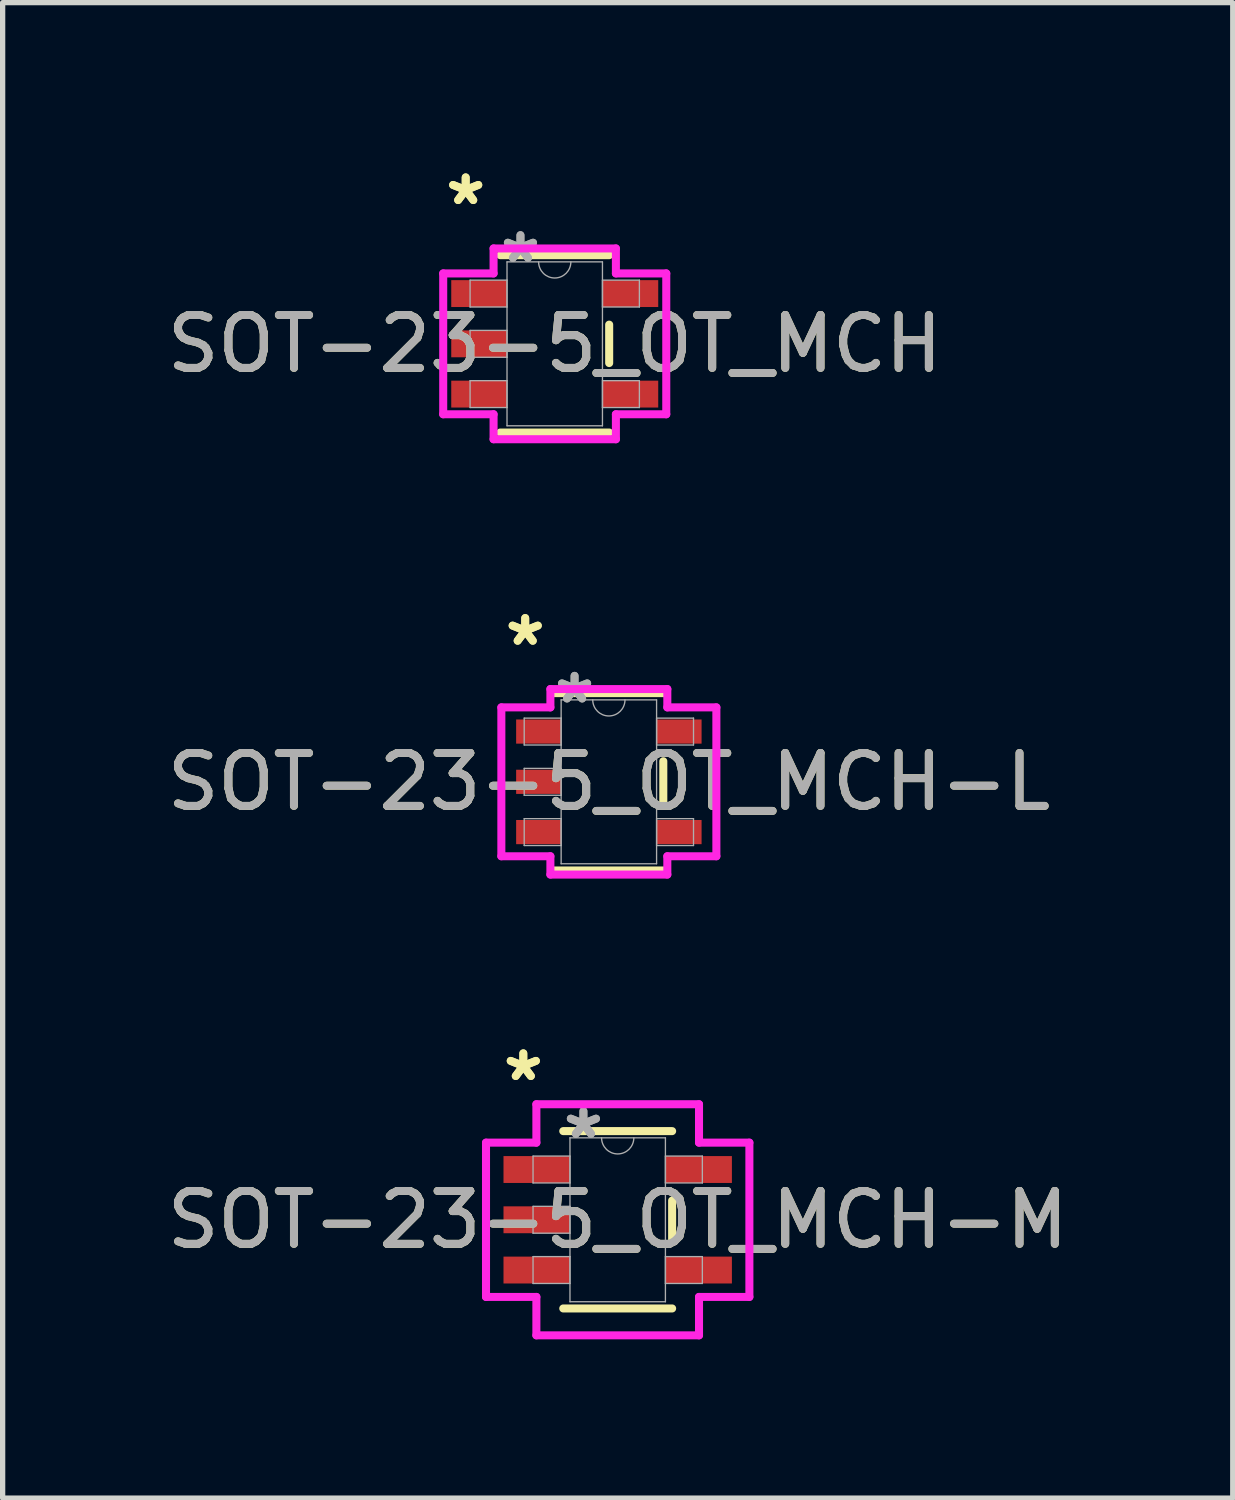
<source format=kicad_pcb>
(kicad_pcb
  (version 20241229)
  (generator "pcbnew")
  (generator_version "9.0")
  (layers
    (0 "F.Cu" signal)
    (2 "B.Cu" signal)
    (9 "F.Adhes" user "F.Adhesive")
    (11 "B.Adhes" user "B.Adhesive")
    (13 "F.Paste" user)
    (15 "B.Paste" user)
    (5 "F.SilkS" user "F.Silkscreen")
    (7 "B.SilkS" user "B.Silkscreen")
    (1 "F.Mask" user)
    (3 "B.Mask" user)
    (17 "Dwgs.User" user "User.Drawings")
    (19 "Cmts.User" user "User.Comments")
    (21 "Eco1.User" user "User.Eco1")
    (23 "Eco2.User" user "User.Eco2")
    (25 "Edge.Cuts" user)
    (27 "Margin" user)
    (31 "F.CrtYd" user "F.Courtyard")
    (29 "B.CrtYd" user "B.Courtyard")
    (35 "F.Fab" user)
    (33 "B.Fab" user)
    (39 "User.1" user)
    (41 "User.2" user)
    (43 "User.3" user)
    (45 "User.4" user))
  (footprint "SOT-23-5_OT_MCH-M"
    (layer "F.Cu")
    (at 8.625 20.005)
    (property "Reference" "SOT-23-5_OT_MCH-M" (at 0 0 0) (unlocked yes) (layer "F.SilkS") (effects (font (size 1 1) (thickness 0.15))))
    (attr smd)
    (fp_line (start -1.029 1.676) (end 1.029 1.676) (stroke (width 0.152) (type solid)) (layer "F.SilkS"))
    (fp_line (start 1.029 -1.676) (end -1.029 -1.676) (stroke (width 0.152) (type solid)) (layer "F.SilkS"))
    (fp_line (start 1.029 0.363) (end 1.029 -0.363) (stroke (width 0.152) (type solid)) (layer "F.SilkS"))
    (fp_line (start -2.489 -1.458) (end -1.537 -1.458) (stroke (width 0.152) (type solid)) (layer "F.CrtYd"))
    (fp_line (start -2.489 1.458) (end -2.489 -1.458) (stroke (width 0.152) (type solid)) (layer "F.CrtYd"))
    (fp_line (start -1.537 -2.184) (end 1.537 -2.184) (stroke (width 0.152) (type solid)) (layer "F.CrtYd"))
    (fp_line (start -1.537 -1.458) (end -1.537 -2.184) (stroke (width 0.152) (type solid)) (layer "F.CrtYd"))
    (fp_line (start -1.537 1.458) (end -2.489 1.458) (stroke (width 0.152) (type solid)) (layer "F.CrtYd"))
    (fp_line (start -1.537 2.184) (end -1.537 1.458) (stroke (width 0.152) (type solid)) (layer "F.CrtYd"))
    (fp_line (start 1.537 -2.184) (end 1.537 -1.458) (stroke (width 0.152) (type solid)) (layer "F.CrtYd"))
    (fp_line (start 1.537 -1.458) (end 2.489 -1.458) (stroke (width 0.152) (type solid)) (layer "F.CrtYd"))
    (fp_line (start 1.537 1.458) (end 1.537 2.184) (stroke (width 0.152) (type solid)) (layer "F.CrtYd"))
    (fp_line (start 1.537 2.184) (end -1.537 2.184) (stroke (width 0.152) (type solid)) (layer "F.CrtYd"))
    (fp_line (start 2.489 -1.458) (end 2.489 1.458) (stroke (width 0.152) (type solid)) (layer "F.CrtYd"))
    (fp_line (start 2.489 1.458) (end 1.537 1.458) (stroke (width 0.152) (type solid)) (layer "F.CrtYd"))
    (fp_line (start -1.6 -1.204) (end -1.6 -0.696) (stroke (width 0.025) (type solid)) (layer "F.Fab"))
    (fp_line (start -1.6 -0.696) (end -0.902 -0.696) (stroke (width 0.025) (type solid)) (layer "F.Fab"))
    (fp_line (start -1.6 -0.254) (end -1.6 0.254) (stroke (width 0.025) (type solid)) (layer "F.Fab"))
    (fp_line (start -1.6 0.254) (end -0.902 0.254) (stroke (width 0.025) (type solid)) (layer "F.Fab"))
    (fp_line (start -1.6 0.696) (end -1.6 1.204) (stroke (width 0.025) (type solid)) (layer "F.Fab"))
    (fp_line (start -1.6 1.204) (end -0.902 1.204) (stroke (width 0.025) (type solid)) (layer "F.Fab"))
    (fp_line (start -0.902 -1.549) (end -0.902 1.549) (stroke (width 0.025) (type solid)) (layer "F.Fab"))
    (fp_line (start -0.902 -1.204) (end -1.6 -1.204) (stroke (width 0.025) (type solid)) (layer "F.Fab"))
    (fp_line (start -0.902 -0.696) (end -0.902 -1.204) (stroke (width 0.025) (type solid)) (layer "F.Fab"))
    (fp_line (start -0.902 -0.254) (end -1.6 -0.254) (stroke (width 0.025) (type solid)) (layer "F.Fab"))
    (fp_line (start -0.902 0.254) (end -0.902 -0.254) (stroke (width 0.025) (type solid)) (layer "F.Fab"))
    (fp_line (start -0.902 0.696) (end -1.6 0.696) (stroke (width 0.025) (type solid)) (layer "F.Fab"))
    (fp_line (start -0.902 1.204) (end -0.902 0.696) (stroke (width 0.025) (type solid)) (layer "F.Fab"))
    (fp_line (start -0.902 1.549) (end 0.902 1.549) (stroke (width 0.025) (type solid)) (layer "F.Fab"))
    (fp_line (start 0.902 -1.549) (end -0.902 -1.549) (stroke (width 0.025) (type solid)) (layer "F.Fab"))
    (fp_line (start 0.902 -1.204) (end 0.902 -0.696) (stroke (width 0.025) (type solid)) (layer "F.Fab"))
    (fp_line (start 0.902 -0.696) (end 1.6 -0.696) (stroke (width 0.025) (type solid)) (layer "F.Fab"))
    (fp_line (start 0.902 0.696) (end 0.902 1.204) (stroke (width 0.025) (type solid)) (layer "F.Fab"))
    (fp_line (start 0.902 1.204) (end 1.6 1.204) (stroke (width 0.025) (type solid)) (layer "F.Fab"))
    (fp_line (start 0.902 1.549) (end 0.902 -1.549) (stroke (width 0.025) (type solid)) (layer "F.Fab"))
    (fp_line (start 1.6 -1.204) (end 0.902 -1.204) (stroke (width 0.025) (type solid)) (layer "F.Fab"))
    (fp_line (start 1.6 -0.696) (end 1.6 -1.204) (stroke (width 0.025) (type solid)) (layer "F.Fab"))
    (fp_line (start 1.6 0.696) (end 0.902 0.696) (stroke (width 0.025) (type solid)) (layer "F.Fab"))
    (fp_line (start 1.6 1.204) (end 1.6 0.696) (stroke (width 0.025) (type solid)) (layer "F.Fab"))
    (fp_arc (start 0.3048 -1.5494) (mid 0 -1.2446) (end -0.3048 -1.5494) (stroke (width 0.0254) (type solid)) (layer "F.Fab"))
    (fp_text user "*" (at -1.784 -2.601 0) (layer "F.SilkS") (effects (font (size 1 1) (thickness 0.15))))
    (fp_text user "*" (at -1.784 -2.601 0) (unlocked yes) (layer "F.SilkS") (effects (font (size 1 1) (thickness 0.15))))
    (fp_text user "${REFERENCE}" (at 0 0 0) (unlocked yes) (layer "F.Fab") (effects (font (size 1 1) (thickness 0.15))))
    (fp_text user "*" (at -0.648 -1.509 0) (unlocked yes) (layer "F.Fab") (effects (font (size 1 1) (thickness 0.15))))
    (fp_text user "*" (at -0.648 -1.509 0) (layer "F.Fab") (effects (font (size 1 1) (thickness 0.15))))
    (pad "1" smd rect (at -1.53 -0.95) (size 1.257 0.508) (layers "F.Cu" "F.Mask" "F.Paste"))
    (pad "2" smd rect (at -1.53 0) (size 1.257 0.508) (layers "F.Cu" "F.Mask" "F.Paste"))
    (pad "3" smd rect (at -1.53 0.95) (size 1.257 0.508) (layers "F.Cu" "F.Mask" "F.Paste"))
    (pad "4" smd rect (at 1.53 0.95) (size 1.257 0.508) (layers "F.Cu" "F.Mask" "F.Paste"))
    (pad "5" smd rect (at 1.53 -0.95) (size 1.257 0.508) (layers "F.Cu" "F.Mask" "F.Paste")))
  (footprint "SOT-23-5_OT_MCH-L"
    (layer "F.Cu")
    (at 8.458 11.727)
    (property "Reference" "SOT-23-5_OT_MCH-L" (at 0 0 0) (unlocked yes) (layer "F.SilkS") (effects (font (size 1 1) (thickness 0.15))))
    (attr smd)
    (fp_line (start -1.029 1.676) (end 1.029 1.676) (stroke (width 0.152) (type solid)) (layer "F.SilkS"))
    (fp_line (start 1.029 -1.676) (end -1.029 -1.676) (stroke (width 0.152) (type solid)) (layer "F.SilkS"))
    (fp_line (start 1.029 0.389) (end 1.029 -0.389) (stroke (width 0.152) (type solid)) (layer "F.SilkS"))
    (fp_line (start -2.032 -1.407) (end -1.105 -1.407) (stroke (width 0.152) (type solid)) (layer "F.CrtYd"))
    (fp_line (start -2.032 1.407) (end -2.032 -1.407) (stroke (width 0.152) (type solid)) (layer "F.CrtYd"))
    (fp_line (start -1.105 -1.753) (end 1.105 -1.753) (stroke (width 0.152) (type solid)) (layer "F.CrtYd"))
    (fp_line (start -1.105 -1.407) (end -1.105 -1.753) (stroke (width 0.152) (type solid)) (layer "F.CrtYd"))
    (fp_line (start -1.105 1.407) (end -2.032 1.407) (stroke (width 0.152) (type solid)) (layer "F.CrtYd"))
    (fp_line (start -1.105 1.753) (end -1.105 1.407) (stroke (width 0.152) (type solid)) (layer "F.CrtYd"))
    (fp_line (start 1.105 -1.753) (end 1.105 -1.407) (stroke (width 0.152) (type solid)) (layer "F.CrtYd"))
    (fp_line (start 1.105 -1.407) (end 2.032 -1.407) (stroke (width 0.152) (type solid)) (layer "F.CrtYd"))
    (fp_line (start 1.105 1.407) (end 1.105 1.753) (stroke (width 0.152) (type solid)) (layer "F.CrtYd"))
    (fp_line (start 1.105 1.753) (end -1.105 1.753) (stroke (width 0.152) (type solid)) (layer "F.CrtYd"))
    (fp_line (start 2.032 -1.407) (end 2.032 1.407) (stroke (width 0.152) (type solid)) (layer "F.CrtYd"))
    (fp_line (start 2.032 1.407) (end 1.105 1.407) (stroke (width 0.152) (type solid)) (layer "F.CrtYd"))
    (fp_line (start -1.6 -1.204) (end -1.6 -0.696) (stroke (width 0.025) (type solid)) (layer "F.Fab"))
    (fp_line (start -1.6 -0.696) (end -0.902 -0.696) (stroke (width 0.025) (type solid)) (layer "F.Fab"))
    (fp_line (start -1.6 -0.254) (end -1.6 0.254) (stroke (width 0.025) (type solid)) (layer "F.Fab"))
    (fp_line (start -1.6 0.254) (end -0.902 0.254) (stroke (width 0.025) (type solid)) (layer "F.Fab"))
    (fp_line (start -1.6 0.696) (end -1.6 1.204) (stroke (width 0.025) (type solid)) (layer "F.Fab"))
    (fp_line (start -1.6 1.204) (end -0.902 1.204) (stroke (width 0.025) (type solid)) (layer "F.Fab"))
    (fp_line (start -0.902 -1.549) (end -0.902 1.549) (stroke (width 0.025) (type solid)) (layer "F.Fab"))
    (fp_line (start -0.902 -1.204) (end -1.6 -1.204) (stroke (width 0.025) (type solid)) (layer "F.Fab"))
    (fp_line (start -0.902 -0.696) (end -0.902 -1.204) (stroke (width 0.025) (type solid)) (layer "F.Fab"))
    (fp_line (start -0.902 -0.254) (end -1.6 -0.254) (stroke (width 0.025) (type solid)) (layer "F.Fab"))
    (fp_line (start -0.902 0.254) (end -0.902 -0.254) (stroke (width 0.025) (type solid)) (layer "F.Fab"))
    (fp_line (start -0.902 0.696) (end -1.6 0.696) (stroke (width 0.025) (type solid)) (layer "F.Fab"))
    (fp_line (start -0.902 1.204) (end -0.902 0.696) (stroke (width 0.025) (type solid)) (layer "F.Fab"))
    (fp_line (start -0.902 1.549) (end 0.902 1.549) (stroke (width 0.025) (type solid)) (layer "F.Fab"))
    (fp_line (start 0.902 -1.549) (end -0.902 -1.549) (stroke (width 0.025) (type solid)) (layer "F.Fab"))
    (fp_line (start 0.902 -1.204) (end 0.902 -0.696) (stroke (width 0.025) (type solid)) (layer "F.Fab"))
    (fp_line (start 0.902 -0.696) (end 1.6 -0.696) (stroke (width 0.025) (type solid)) (layer "F.Fab"))
    (fp_line (start 0.902 0.696) (end 0.902 1.204) (stroke (width 0.025) (type solid)) (layer "F.Fab"))
    (fp_line (start 0.902 1.204) (end 1.6 1.204) (stroke (width 0.025) (type solid)) (layer "F.Fab"))
    (fp_line (start 0.902 1.549) (end 0.902 -1.549) (stroke (width 0.025) (type solid)) (layer "F.Fab"))
    (fp_line (start 1.6 -1.204) (end 0.902 -1.204) (stroke (width 0.025) (type solid)) (layer "F.Fab"))
    (fp_line (start 1.6 -0.696) (end 1.6 -1.204) (stroke (width 0.025) (type solid)) (layer "F.Fab"))
    (fp_line (start 1.6 0.696) (end 0.902 0.696) (stroke (width 0.025) (type solid)) (layer "F.Fab"))
    (fp_line (start 1.6 1.204) (end 1.6 0.696) (stroke (width 0.025) (type solid)) (layer "F.Fab"))
    (fp_arc (start 0.3048 -1.5494) (mid 0 -1.2446) (end -0.3048 -1.5494) (stroke (width 0.0254) (type solid)) (layer "F.Fab"))
    (fp_text user "*" (at -1.581 -2.55 0) (layer "F.SilkS") (effects (font (size 1 1) (thickness 0.15))))
    (fp_text user "*" (at -1.581 -2.55 0) (unlocked yes) (layer "F.SilkS") (effects (font (size 1 1) (thickness 0.15))))
    (fp_text user "*" (at -0.648 -1.458 0) (unlocked yes) (layer "F.Fab") (effects (font (size 1 1) (thickness 0.15))))
    (fp_text user "*" (at -0.648 -1.458 0) (layer "F.Fab") (effects (font (size 1 1) (thickness 0.15))))
    (fp_text user "${REFERENCE}" (at 0 0 0) (unlocked yes) (layer "F.Fab") (effects (font (size 1 1) (thickness 0.15))))
    (pad "1" smd rect (at -1.327 -0.95) (size 0.851 0.457) (layers "F.Cu" "F.Mask" "F.Paste"))
    (pad "2" smd rect (at -1.327 0) (size 0.851 0.457) (layers "F.Cu" "F.Mask" "F.Paste"))
    (pad "3" smd rect (at -1.327 0.95) (size 0.851 0.457) (layers "F.Cu" "F.Mask" "F.Paste"))
    (pad "4" smd rect (at 1.327 0.95) (size 0.851 0.457) (layers "F.Cu" "F.Mask" "F.Paste"))
    (pad "5" smd rect (at 1.327 -0.95) (size 0.851 0.457) (layers "F.Cu" "F.Mask" "F.Paste")))
  (footprint "SOT-23-5_OT_MCH"
    (layer "F.Cu")
    (at 7.435 3.449)
    (property "Reference" "SOT-23-5_OT_MCH" (at 0 0 0) (unlocked yes) (layer "F.SilkS") (effects (font (size 1 1) (thickness 0.15))))
    (attr smd)
    (fp_line (start -1.029 1.676) (end 1.029 1.676) (stroke (width 0.152) (type solid)) (layer "F.SilkS"))
    (fp_line (start 1.029 -1.676) (end -1.029 -1.676) (stroke (width 0.152) (type solid)) (layer "F.SilkS"))
    (fp_line (start 1.029 0.363) (end 1.029 -0.363) (stroke (width 0.152) (type solid)) (layer "F.SilkS"))
    (fp_line (start -2.108 -1.331) (end -1.156 -1.331) (stroke (width 0.152) (type solid)) (layer "F.CrtYd"))
    (fp_line (start -2.108 1.331) (end -2.108 -1.331) (stroke (width 0.152) (type solid)) (layer "F.CrtYd"))
    (fp_line (start -1.156 -1.803) (end 1.156 -1.803) (stroke (width 0.152) (type solid)) (layer "F.CrtYd"))
    (fp_line (start -1.156 -1.331) (end -1.156 -1.803) (stroke (width 0.152) (type solid)) (layer "F.CrtYd"))
    (fp_line (start -1.156 1.331) (end -2.108 1.331) (stroke (width 0.152) (type solid)) (layer "F.CrtYd"))
    (fp_line (start -1.156 1.803) (end -1.156 1.331) (stroke (width 0.152) (type solid)) (layer "F.CrtYd"))
    (fp_line (start 1.156 -1.803) (end 1.156 -1.331) (stroke (width 0.152) (type solid)) (layer "F.CrtYd"))
    (fp_line (start 1.156 -1.331) (end 2.108 -1.331) (stroke (width 0.152) (type solid)) (layer "F.CrtYd"))
    (fp_line (start 1.156 1.331) (end 1.156 1.803) (stroke (width 0.152) (type solid)) (layer "F.CrtYd"))
    (fp_line (start 1.156 1.803) (end -1.156 1.803) (stroke (width 0.152) (type solid)) (layer "F.CrtYd"))
    (fp_line (start 2.108 -1.331) (end 2.108 1.331) (stroke (width 0.152) (type solid)) (layer "F.CrtYd"))
    (fp_line (start 2.108 1.331) (end 1.156 1.331) (stroke (width 0.152) (type solid)) (layer "F.CrtYd"))
    (fp_line (start -1.6 -1.204) (end -1.6 -0.696) (stroke (width 0.025) (type solid)) (layer "F.Fab"))
    (fp_line (start -1.6 -0.696) (end -0.902 -0.696) (stroke (width 0.025) (type solid)) (layer "F.Fab"))
    (fp_line (start -1.6 -0.254) (end -1.6 0.254) (stroke (width 0.025) (type solid)) (layer "F.Fab"))
    (fp_line (start -1.6 0.254) (end -0.902 0.254) (stroke (width 0.025) (type solid)) (layer "F.Fab"))
    (fp_line (start -1.6 0.696) (end -1.6 1.204) (stroke (width 0.025) (type solid)) (layer "F.Fab"))
    (fp_line (start -1.6 1.204) (end -0.902 1.204) (stroke (width 0.025) (type solid)) (layer "F.Fab"))
    (fp_line (start -0.902 -1.549) (end -0.902 1.549) (stroke (width 0.025) (type solid)) (layer "F.Fab"))
    (fp_line (start -0.902 -1.204) (end -1.6 -1.204) (stroke (width 0.025) (type solid)) (layer "F.Fab"))
    (fp_line (start -0.902 -0.696) (end -0.902 -1.204) (stroke (width 0.025) (type solid)) (layer "F.Fab"))
    (fp_line (start -0.902 -0.254) (end -1.6 -0.254) (stroke (width 0.025) (type solid)) (layer "F.Fab"))
    (fp_line (start -0.902 0.254) (end -0.902 -0.254) (stroke (width 0.025) (type solid)) (layer "F.Fab"))
    (fp_line (start -0.902 0.696) (end -1.6 0.696) (stroke (width 0.025) (type solid)) (layer "F.Fab"))
    (fp_line (start -0.902 1.204) (end -0.902 0.696) (stroke (width 0.025) (type solid)) (layer "F.Fab"))
    (fp_line (start -0.902 1.549) (end 0.902 1.549) (stroke (width 0.025) (type solid)) (layer "F.Fab"))
    (fp_line (start 0.902 -1.549) (end -0.902 -1.549) (stroke (width 0.025) (type solid)) (layer "F.Fab"))
    (fp_line (start 0.902 -1.204) (end 0.902 -0.696) (stroke (width 0.025) (type solid)) (layer "F.Fab"))
    (fp_line (start 0.902 -0.696) (end 1.6 -0.696) (stroke (width 0.025) (type solid)) (layer "F.Fab"))
    (fp_line (start 0.902 0.696) (end 0.902 1.204) (stroke (width 0.025) (type solid)) (layer "F.Fab"))
    (fp_line (start 0.902 1.204) (end 1.6 1.204) (stroke (width 0.025) (type solid)) (layer "F.Fab"))
    (fp_line (start 0.902 1.549) (end 0.902 -1.549) (stroke (width 0.025) (type solid)) (layer "F.Fab"))
    (fp_line (start 1.6 -1.204) (end 0.902 -1.204) (stroke (width 0.025) (type solid)) (layer "F.Fab"))
    (fp_line (start 1.6 -0.696) (end 1.6 -1.204) (stroke (width 0.025) (type solid)) (layer "F.Fab"))
    (fp_line (start 1.6 0.696) (end 0.902 0.696) (stroke (width 0.025) (type solid)) (layer "F.Fab"))
    (fp_line (start 1.6 1.204) (end 1.6 0.696) (stroke (width 0.025) (type solid)) (layer "F.Fab"))
    (fp_arc (start 0.3048 -1.5494) (mid 0 -1.2446) (end -0.3048 -1.5494) (stroke (width 0.0254) (type solid)) (layer "F.Fab"))
    (fp_text user "*" (at -1.683 -2.601 0) (unlocked yes) (layer "F.SilkS") (effects (font (size 1 1) (thickness 0.15))))
    (fp_text user "*" (at -1.683 -2.601 0) (layer "F.SilkS") (effects (font (size 1 1) (thickness 0.15))))
    (fp_text user "*" (at -0.648 -1.509 0) (layer "F.Fab") (effects (font (size 1 1) (thickness 0.15))))
    (fp_text user "*" (at -0.648 -1.509 0) (unlocked yes) (layer "F.Fab") (effects (font (size 1 1) (thickness 0.15))))
    (fp_text user "${REFERENCE}" (at 0 0 0) (unlocked yes) (layer "F.Fab") (effects (font (size 1 1) (thickness 0.15))))
    (pad "1" smd rect (at -1.429 -0.95) (size 1.054 0.508) (layers "F.Cu" "F.Mask" "F.Paste"))
    (pad "2" smd rect (at -1.429 0) (size 1.054 0.508) (layers "F.Cu" "F.Mask" "F.Paste"))
    (pad "3" smd rect (at -1.429 0.95) (size 1.054 0.508) (layers "F.Cu" "F.Mask" "F.Paste"))
    (pad "4" smd rect (at 1.429 0.95) (size 1.054 0.508) (layers "F.Cu" "F.Mask" "F.Paste"))
    (pad "5" smd rect (at 1.429 -0.95) (size 1.054 0.508) (layers "F.Cu" "F.Mask" "F.Paste")))
  (gr_rect
    (start -3 -3)
    (end 20.25 25.266)
    (stroke (width 0.1) (type default))
    (fill no)
    (layer "Edge.Cuts")))
</source>
